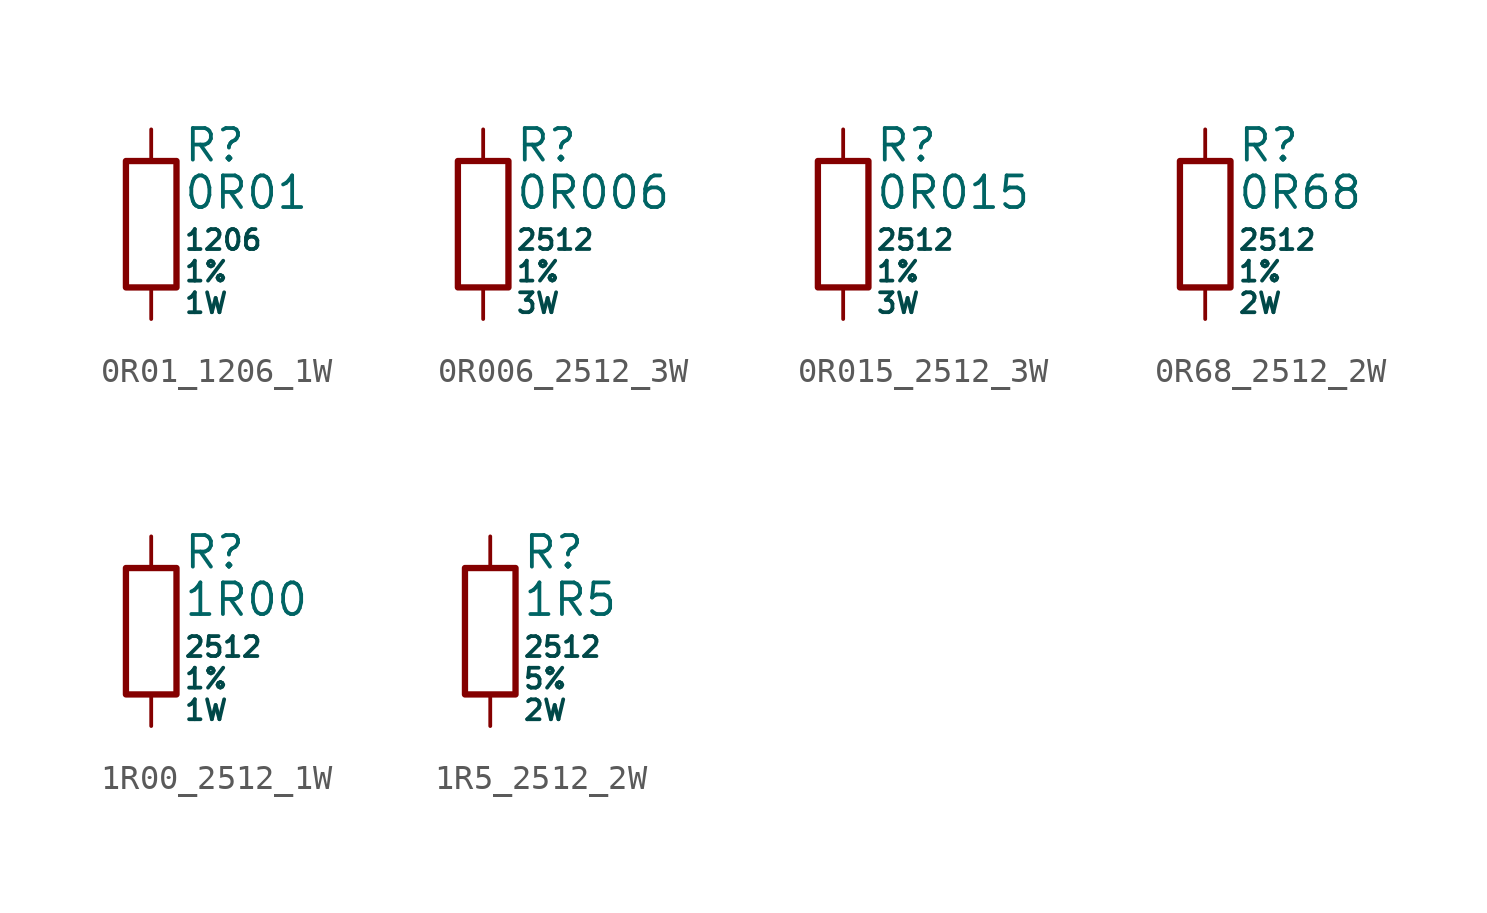
<source format=kicad_sym>
(kicad_symbol_lib
  (version 20220914)
  (generator kicad_symbol_editor)
  (symbol "0R01_1206_1W"
    (property "Reference" "R"
      (at 1.27 3.175 0)
      (effects (font (size 1.27 1.27)) (justify left)))
    (property "Value" "0R01"
      (at 1.27 1.27 0)
      (effects (font (size 1.27 1.27)) (justify left)))
    (property "Package Size" "1206"
      (at 1.27 -0.635 0)
      (effects (font (size 0.8 0.8) (color 0 72 72 1)) (justify left)))
    (property "Tolerance" "1%"
      (at 1.27 -1.905 0)
      (effects (font (size 0.8 0.8) (color 0 72 72 1)) (justify left)))
    (property "Power Rating" "1W"
      (at 1.27 -3.175 0)
      (effects (font (size 0.8 0.8) (color 0 72 72 1)) (justify left)))
    (symbol "0R01_1206_1W_0_1"
      (rectangle (start -1.016 2.54) (end 1.016 -2.54) (stroke (width 0.254) (type default)) (fill (type none))))
    (symbol "0R01_1206_1W_1_1"
      (pin passive line (at 0 3.81 270) (length 1.27) (name "~" (effects (font (size 1.27 1.27)))) (number "1" (effects (font (size 0 0)))))
      (pin passive line (at 0 -3.81 90) (length 1.27) (name "~" (effects (font (size 1.27 1.27)))) (number "2" (effects (font (size 0 0)))))))
  (symbol "0R006_2512_3W"
    (property "Reference" "R"
      (at 1.27 3.175 0)
      (effects (font (size 1.27 1.27)) (justify left)))
    (property "Value" "0R006"
      (at 1.27 1.27 0)
      (effects (font (size 1.27 1.27)) (justify left)))
    (property "Package Size" "2512"
      (at 1.27 -0.635 0)
      (effects (font (size 0.8 0.8) (color 0 72 72 1)) (justify left)))
    (property "Tolerance" "1%"
      (at 1.27 -1.905 0)
      (effects (font (size 0.8 0.8) (color 0 72 72 1)) (justify left)))
    (property "Power Rating" "3W"
      (at 1.27 -3.175 0)
      (effects (font (size 0.8 0.8) (color 0 72 72 1)) (justify left)))
    (symbol "0R006_2512_3W_0_1"
      (rectangle (start -1.016 2.54) (end 1.016 -2.54) (stroke (width 0.254) (type default)) (fill (type none))))
    (symbol "0R006_2512_3W_1_1"
      (pin passive line (at 0 3.81 270) (length 1.27) (name "~" (effects (font (size 1.27 1.27)))) (number "1" (effects (font (size 0 0)))))
      (pin passive line (at 0 -3.81 90) (length 1.27) (name "~" (effects (font (size 1.27 1.27)))) (number "2" (effects (font (size 0 0)))))))
  (symbol "0R015_2512_3W"
    (property "Reference" "R"
      (at 1.27 3.175 0)
      (effects (font (size 1.27 1.27)) (justify left)))
    (property "Value" "0R015"
      (at 1.27 1.27 0)
      (effects (font (size 1.27 1.27)) (justify left)))
    (property "Package Size" "2512"
      (at 1.27 -0.635 0)
      (effects (font (size 0.8 0.8) (color 0 72 72 1)) (justify left)))
    (property "Tolerance" "1%"
      (at 1.27 -1.905 0)
      (effects (font (size 0.8 0.8) (color 0 72 72 1)) (justify left)))
    (property "Power Rating" "3W"
      (at 1.27 -3.175 0)
      (effects (font (size 0.8 0.8) (color 0 72 72 1)) (justify left)))
    (symbol "0R015_2512_3W_0_1"
      (rectangle (start -1.016 2.54) (end 1.016 -2.54) (stroke (width 0.254) (type default)) (fill (type none))))
    (symbol "0R015_2512_3W_1_1"
      (pin passive line (at 0 3.81 270) (length 1.27) (name "~" (effects (font (size 1.27 1.27)))) (number "1" (effects (font (size 0 0)))))
      (pin passive line (at 0 -3.81 90) (length 1.27) (name "~" (effects (font (size 1.27 1.27)))) (number "2" (effects (font (size 0 0)))))))
  (symbol "0R68_2512_2W"
    (property "Reference" "R"
      (at 1.27 3.175 0)
      (effects (font (size 1.27 1.27)) (justify left)))
    (property "Value" "0R68"
      (at 1.27 1.27 0)
      (effects (font (size 1.27 1.27)) (justify left)))
    (property "Package Size" "2512"
      (at 1.27 -0.635 0)
      (effects (font (size 0.8 0.8) (color 0 72 72 1)) (justify left)))
    (property "Tolerance" "1%"
      (at 1.27 -1.905 0)
      (effects (font (size 0.8 0.8) (color 0 72 72 1)) (justify left)))
    (property "Power Rating" "2W"
      (at 1.27 -3.175 0)
      (effects (font (size 0.8 0.8) (color 0 72 72 1)) (justify left)))
    (symbol "0R68_2512_2W_0_1"
      (rectangle (start -1.016 2.54) (end 1.016 -2.54) (stroke (width 0.254) (type default)) (fill (type none))))
    (symbol "0R68_2512_2W_1_1"
      (pin passive line (at 0 3.81 270) (length 1.27) (name "~" (effects (font (size 1.27 1.27)))) (number "1" (effects (font (size 0 0)))))
      (pin passive line (at 0 -3.81 90) (length 1.27) (name "~" (effects (font (size 1.27 1.27)))) (number "2" (effects (font (size 0 0)))))))
  (symbol "1R00_2512_1W"
    (property "Reference" "R"
      (at 1.27 3.175 0)
      (effects (font (size 1.27 1.27)) (justify left)))
    (property "Value" "1R00"
      (at 1.27 1.27 0)
      (effects (font (size 1.27 1.27)) (justify left)))
    (property "Package Size" "2512"
      (at 1.27 -0.635 0)
      (effects (font (size 0.8 0.8) (color 0 72 72 1)) (justify left)))
    (property "Tolerance" "1%"
      (at 1.27 -1.905 0)
      (effects (font (size 0.8 0.8) (color 0 72 72 1)) (justify left)))
    (property "Power Rating" "1W"
      (at 1.27 -3.175 0)
      (effects (font (size 0.8 0.8) (color 0 72 72 1)) (justify left)))
    (symbol "1R00_2512_1W_0_1"
      (rectangle (start -1.016 2.54) (end 1.016 -2.54) (stroke (width 0.254) (type default)) (fill (type none))))
    (symbol "1R00_2512_1W_1_1"
      (pin passive line (at 0 3.81 270) (length 1.27) (name "~" (effects (font (size 1.27 1.27)))) (number "1" (effects (font (size 0 0)))))
      (pin passive line (at 0 -3.81 90) (length 1.27) (name "~" (effects (font (size 1.27 1.27)))) (number "2" (effects (font (size 0 0)))))))
  (symbol "1R5_2512_2W"
    (property "Reference" "R"
      (at 1.27 3.175 0)
      (effects (font (size 1.27 1.27)) (justify left)))
    (property "Value" "1R5"
      (at 1.27 1.27 0)
      (effects (font (size 1.27 1.27)) (justify left)))
    (property "Package Size" "2512"
      (at 1.27 -0.635 0)
      (effects (font (size 0.8 0.8) (color 0 72 72 1)) (justify left)))
    (property "Tolerance" "5%"
      (at 1.27 -1.905 0)
      (effects (font (size 0.8 0.8) (color 0 72 72 1)) (justify left)))
    (property "Power Rating" "2W"
      (at 1.27 -3.175 0)
      (effects (font (size 0.8 0.8) (color 0 72 72 1)) (justify left)))
    (symbol "1R5_2512_2W_0_1"
      (rectangle (start -1.016 2.54) (end 1.016 -2.54) (stroke (width 0.254) (type default)) (fill (type none))))
    (symbol "1R5_2512_2W_1_1"
      (pin passive line (at 0 3.81 270) (length 1.27) (name "~" (effects (font (size 1.27 1.27)))) (number "1" (effects (font (size 0 0)))))
      (pin passive line (at 0 -3.81 90) (length 1.27) (name "~" (effects (font (size 1.27 1.27)))) (number "2" (effects (font (size 0 0))))))))
</source>
